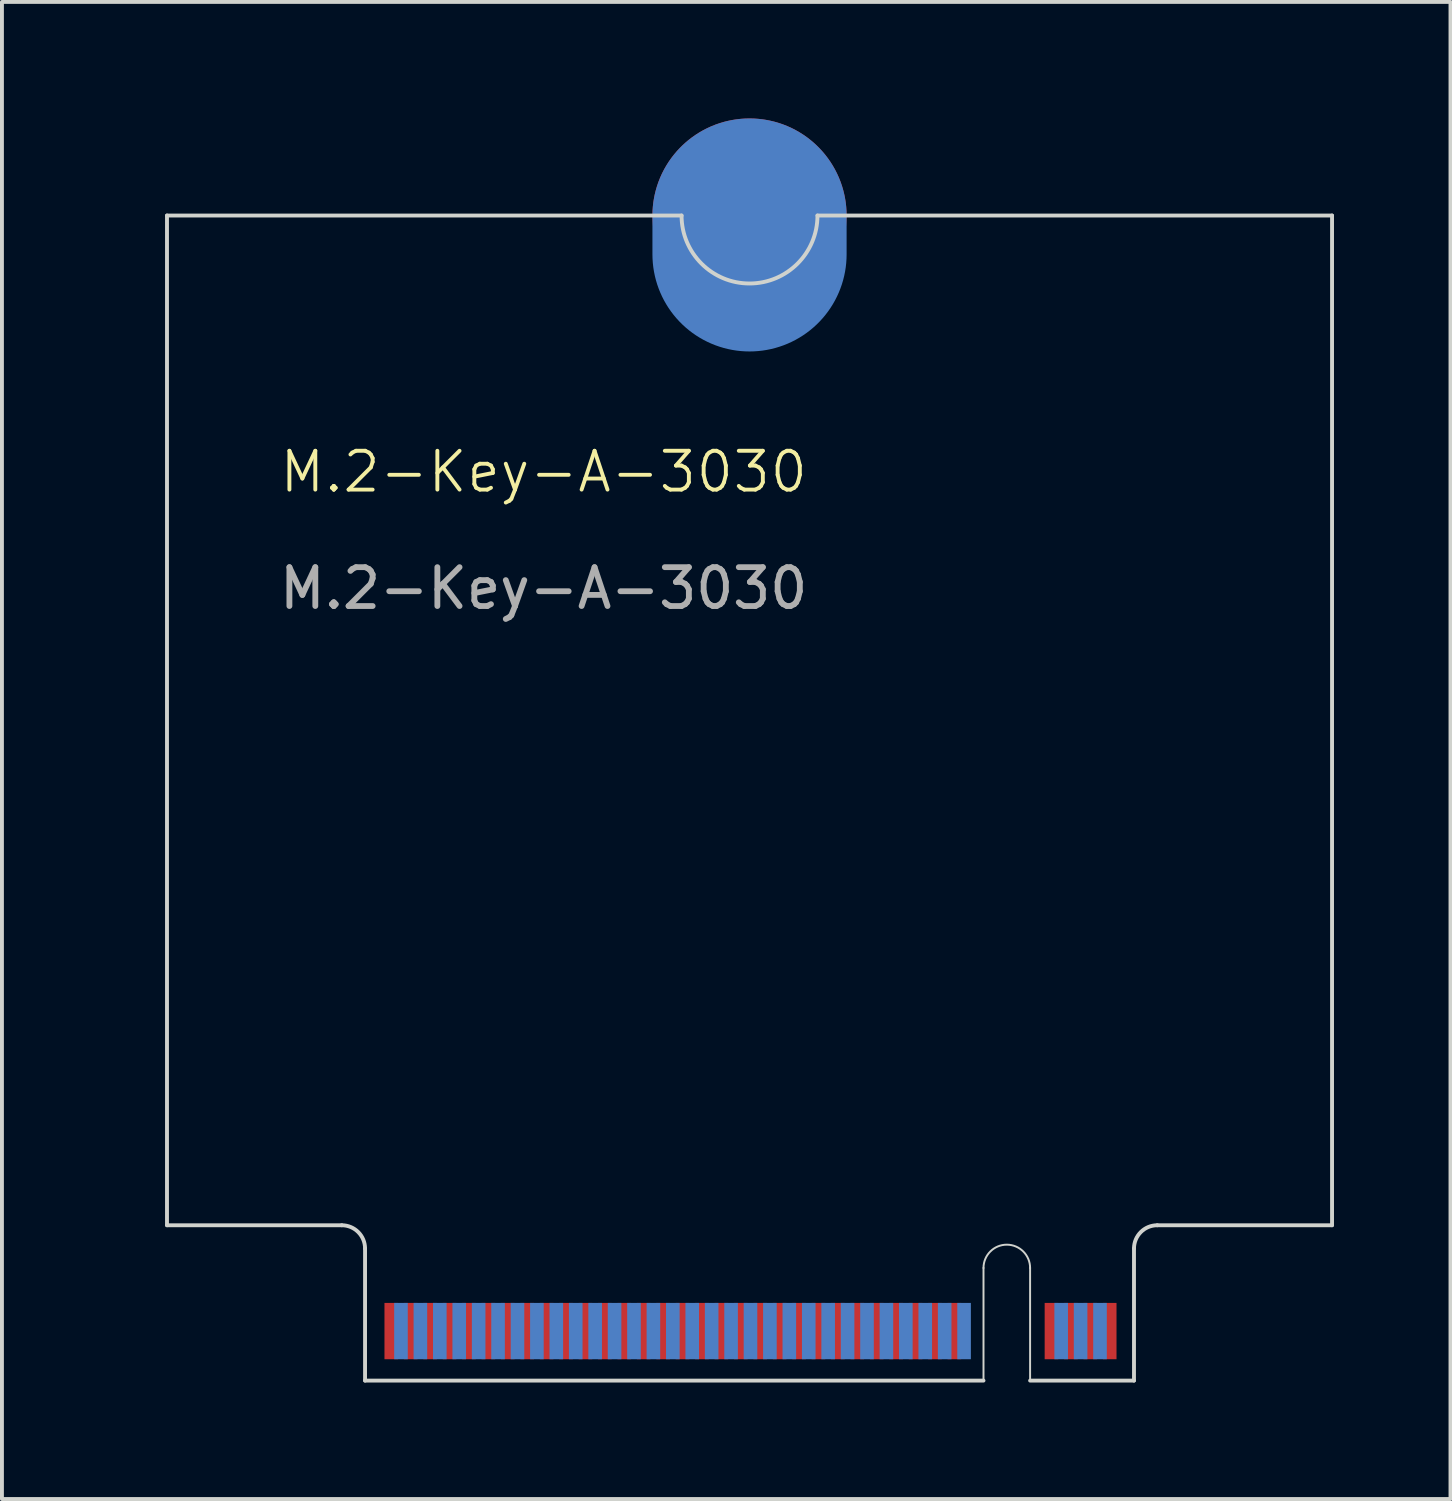
<source format=kicad_pcb>
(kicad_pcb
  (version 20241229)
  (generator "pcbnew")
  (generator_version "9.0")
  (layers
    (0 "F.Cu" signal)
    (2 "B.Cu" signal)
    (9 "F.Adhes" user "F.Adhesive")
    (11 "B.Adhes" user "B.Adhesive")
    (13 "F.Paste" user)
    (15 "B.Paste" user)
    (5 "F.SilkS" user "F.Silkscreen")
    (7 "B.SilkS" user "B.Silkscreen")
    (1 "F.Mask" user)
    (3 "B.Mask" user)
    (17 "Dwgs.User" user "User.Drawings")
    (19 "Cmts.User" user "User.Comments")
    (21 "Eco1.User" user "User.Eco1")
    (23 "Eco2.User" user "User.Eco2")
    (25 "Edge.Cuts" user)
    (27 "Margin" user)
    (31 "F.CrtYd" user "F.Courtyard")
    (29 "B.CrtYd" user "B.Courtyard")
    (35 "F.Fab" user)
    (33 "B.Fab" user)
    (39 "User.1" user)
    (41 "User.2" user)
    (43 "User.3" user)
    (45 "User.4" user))
  (footprint "M.2-Key-A-3030"
    (layer "F.Cu")
    (at 0.25 1.5)
    (property "Reference" "M.2-Key-A-3030" (at 10.7 7.6 0) (unlocked yes) (layer "F.SilkS") (effects (font (size 1 1) (thickness 0.1))))
    (attr exclude_from_pos_files exclude_from_bom allow_missing_courtyard)
    (fp_line (start 1 1) (end 1 27) (stroke (width 0.1) (type default)) (layer "Edge.Cuts"))
    (fp_line (start 1 1) (end 14.25 1) (stroke (width 0.1) (type default)) (layer "Edge.Cuts"))
    (fp_line (start 1 27) (end 5.5 27) (stroke (width 0.1) (type default)) (layer "Edge.Cuts"))
    (fp_line (start 6.1 27.6) (end 6.1 31) (stroke (width 0.1) (type default)) (layer "Edge.Cuts"))
    (fp_line (start 6.1 31) (end 22.025 31) (stroke (width 0.1) (type default)) (layer "Edge.Cuts"))
    (fp_line (start 17.75 1) (end 31 1) (stroke (width 0.1) (type default)) (layer "Edge.Cuts"))
    (fp_line (start 22.025 31) (end 22.025 28.1) (stroke (width 0.05) (type default)) (layer "Edge.Cuts"))
    (fp_line (start 23.225 28.1) (end 23.225 31) (stroke (width 0.05) (type default)) (layer "Edge.Cuts"))
    (fp_line (start 23.225 31) (end 25.9 31) (stroke (width 0.1) (type default)) (layer "Edge.Cuts"))
    (fp_line (start 25.9 27.6) (end 25.9 31) (stroke (width 0.1) (type default)) (layer "Edge.Cuts"))
    (fp_line (start 31 1) (end 31 27) (stroke (width 0.1) (type default)) (layer "Edge.Cuts"))
    (fp_line (start 31 27) (end 26.5 27) (stroke (width 0.1) (type default)) (layer "Edge.Cuts"))
    (fp_arc (start 5.5 27) (mid 5.924264 27.175736) (end 6.1 27.6) (stroke (width 0.1) (type default)) (layer "Edge.Cuts"))
    (fp_arc (start 17.75 1) (mid 16 2.75) (end 14.25 1) (stroke (width 0.1) (type default)) (layer "Edge.Cuts"))
    (fp_arc (start 22.025 28.1) (mid 22.625 27.5) (end 23.225 28.1) (stroke (width 0.05) (type default)) (layer "Edge.Cuts"))
    (fp_arc (start 25.9 27.6) (mid 26.075736 27.175736) (end 26.5 27) (stroke (width 0.1) (type default)) (layer "Edge.Cuts"))
    (fp_text user "${REFERENCE}" (at 10.7 10.6 0) (unlocked yes) (layer "F.Fab") (effects (font (size 1 1) (thickness 0.15))))
    (pad "1" connect rect (at 25.275 29.725) (size 0.35 1.45) (layers "F.Cu" "F.Mask"))
    (pad "2" connect rect (at 25.025 29.725) (size 0.35 1.45) (layers "B.Cu" "B.Mask"))
    (pad "3" connect rect (at 24.775 29.725) (size 0.35 1.45) (layers "F.Cu" "F.Mask"))
    (pad "4" connect rect (at 24.525 29.725) (size 0.35 1.45) (layers "B.Cu" "B.Mask"))
    (pad "5" connect rect (at 24.275 29.725) (size 0.35 1.45) (layers "F.Cu" "F.Mask"))
    (pad "6" connect rect (at 24.025 29.725) (size 0.35 1.45) (layers "B.Cu" "B.Mask"))
    (pad "7" connect rect (at 23.775 29.725) (size 0.35 1.45) (layers "F.Cu" "F.Mask"))
    (pad "16" connect rect (at 21.525 29.725) (size 0.35 1.45) (layers "B.Cu" "B.Mask"))
    (pad "17" connect rect (at 21.275 29.725) (size 0.35 1.45) (layers "F.Cu" "F.Mask"))
    (pad "18" connect rect (at 21.025 29.725) (size 0.35 1.45) (layers "B.Cu" "B.Mask"))
    (pad "19" connect rect (at 20.775 29.725) (size 0.35 1.45) (layers "F.Cu" "F.Mask"))
    (pad "20" connect rect (at 20.525 29.725) (size 0.35 1.45) (layers "B.Cu" "B.Mask"))
    (pad "21" connect rect (at 20.275 29.725) (size 0.35 1.45) (layers "F.Cu" "F.Mask"))
    (pad "22" connect rect (at 20.025 29.725) (size 0.35 1.45) (layers "B.Cu" "B.Mask"))
    (pad "23" connect rect (at 19.775 29.725) (size 0.35 1.45) (layers "F.Cu" "F.Mask"))
    (pad "24" connect rect (at 19.525 29.725) (size 0.35 1.45) (layers "B.Cu" "B.Mask"))
    (pad "25" connect rect (at 19.275 29.725) (size 0.35 1.45) (layers "F.Cu" "F.Mask"))
    (pad "26" connect rect (at 19.025 29.725) (size 0.35 1.45) (layers "B.Cu" "B.Mask"))
    (pad "27" connect rect (at 18.775 29.725) (size 0.35 1.45) (layers "F.Cu" "F.Mask"))
    (pad "28" connect rect (at 18.525 29.725) (size 0.35 1.45) (layers "B.Cu" "B.Mask"))
    (pad "29" connect rect (at 18.275 29.725) (size 0.35 1.45) (layers "F.Cu" "F.Mask"))
    (pad "30" connect rect (at 18.025 29.725) (size 0.35 1.45) (layers "B.Cu" "B.Mask"))
    (pad "31" connect rect (at 17.775 29.725) (size 0.35 1.45) (layers "F.Cu" "F.Mask"))
    (pad "32" connect rect (at 17.525 29.725) (size 0.35 1.45) (layers "B.Cu" "B.Mask"))
    (pad "33" connect rect (at 17.275 29.725) (size 0.35 1.45) (layers "F.Cu" "F.Mask"))
    (pad "34" connect rect (at 17.025 29.725) (size 0.35 1.45) (layers "B.Cu" "B.Mask"))
    (pad "35" connect rect (at 16.775 29.725) (size 0.35 1.45) (layers "F.Cu" "F.Mask"))
    (pad "36" connect rect (at 16.525 29.725) (size 0.35 1.45) (layers "B.Cu" "B.Mask"))
    (pad "37" connect rect (at 16.275 29.725) (size 0.35 1.45) (layers "F.Cu" "F.Mask"))
    (pad "38" connect rect (at 16.025 29.725) (size 0.35 1.45) (layers "B.Cu" "B.Mask"))
    (pad "39" connect rect (at 15.775 29.725) (size 0.35 1.45) (layers "F.Cu" "F.Mask"))
    (pad "40" connect rect (at 15.525 29.725) (size 0.35 1.45) (layers "B.Cu" "B.Mask"))
    (pad "41" connect rect (at 15.275 29.725) (size 0.35 1.45) (layers "F.Cu" "F.Mask"))
    (pad "42" connect rect (at 15.025 29.725) (size 0.35 1.45) (layers "B.Cu" "B.Mask"))
    (pad "43" connect rect (at 14.775 29.725) (size 0.35 1.45) (layers "F.Cu" "F.Mask"))
    (pad "44" connect rect (at 14.525 29.725) (size 0.35 1.45) (layers "B.Cu" "B.Mask"))
    (pad "45" connect rect (at 14.275 29.725) (size 0.35 1.45) (layers "F.Cu" "F.Mask"))
    (pad "46" connect rect (at 14.025 29.725) (size 0.35 1.45) (layers "B.Cu" "B.Mask"))
    (pad "47" connect rect (at 13.775 29.725) (size 0.35 1.45) (layers "F.Cu" "F.Mask"))
    (pad "48" connect rect (at 13.525 29.725) (size 0.35 1.45) (layers "B.Cu" "B.Mask"))
    (pad "49" connect rect (at 13.275 29.725) (size 0.35 1.45) (layers "F.Cu" "F.Mask"))
    (pad "50" connect rect (at 13.025 29.725) (size 0.35 1.45) (layers "B.Cu" "B.Mask"))
    (pad "51" connect rect (at 12.775 29.725) (size 0.35 1.45) (layers "F.Cu" "F.Mask"))
    (pad "52" connect rect (at 12.525 29.725) (size 0.35 1.45) (layers "B.Cu" "B.Mask"))
    (pad "53" connect rect (at 12.275 29.725) (size 0.35 1.45) (layers "F.Cu" "F.Mask"))
    (pad "54" connect rect (at 12.025 29.725) (size 0.35 1.45) (layers "B.Cu" "B.Mask"))
    (pad "55" connect rect (at 11.775 29.725) (size 0.35 1.45) (layers "F.Cu" "F.Mask"))
    (pad "56" connect rect (at 11.525 29.725) (size 0.35 1.45) (layers "B.Cu" "B.Mask"))
    (pad "57" connect rect (at 11.275 29.725) (size 0.35 1.45) (layers "F.Cu" "F.Mask"))
    (pad "58" connect rect (at 11.025 29.725) (size 0.35 1.45) (layers "B.Cu" "B.Mask"))
    (pad "59" connect rect (at 10.775 29.725) (size 0.35 1.45) (layers "F.Cu" "F.Mask"))
    (pad "60" connect rect (at 10.525 29.725) (size 0.35 1.45) (layers "B.Cu" "B.Mask"))
    (pad "61" connect rect (at 10.275 29.725) (size 0.35 1.45) (layers "F.Cu" "F.Mask"))
    (pad "62" connect rect (at 10.025 29.725) (size 0.35 1.45) (layers "B.Cu" "B.Mask"))
    (pad "63" connect rect (at 9.775 29.725) (size 0.35 1.45) (layers "F.Cu" "F.Mask"))
    (pad "64" connect rect (at 9.525 29.725) (size 0.35 1.45) (layers "B.Cu" "B.Mask"))
    (pad "65" connect rect (at 9.275 29.725) (size 0.35 1.45) (layers "F.Cu" "F.Mask"))
    (pad "66" connect rect (at 9.025 29.725) (size 0.35 1.45) (layers "B.Cu" "B.Mask"))
    (pad "67" connect rect (at 8.775 29.725) (size 0.35 1.45) (layers "F.Cu" "F.Mask"))
    (pad "68" connect rect (at 8.525 29.725) (size 0.35 1.45) (layers "B.Cu" "B.Mask"))
    (pad "69" connect rect (at 8.275 29.725) (size 0.35 1.45) (layers "F.Cu" "F.Mask"))
    (pad "70" connect rect (at 8.025 29.725) (size 0.35 1.45) (layers "B.Cu" "B.Mask"))
    (pad "71" connect rect (at 7.775 29.725) (size 0.35 1.45) (layers "F.Cu" "F.Mask"))
    (pad "72" connect rect (at 7.525 29.725) (size 0.35 1.45) (layers "B.Cu" "B.Mask"))
    (pad "73" connect rect (at 7.275 29.725) (size 0.35 1.45) (layers "F.Cu" "F.Mask"))
    (pad "74" connect rect (at 7.025 29.725) (size 0.35 1.45) (layers "B.Cu" "B.Mask"))
    (pad "75" connect rect (at 6.775 29.725) (size 0.35 1.45) (layers "F.Cu" "F.Mask"))
    (pad "76" connect circle (at 16 1) (size 5 5) (layers "F.Cu" "F.Mask"))
    (pad "76" connect oval (at 16 1.5) (size 5 6) (layers "B.Cu" "B.Mask"))
    (zone (net_name "") (layer "F.Cu") (name "TOP COMPONENT KEEPOUT") (hatch edge 0.5) (connect_pads) (min_thickness 0.25) (filled_areas_thickness no) (keepout (tracks allowed) (vias allowed) (pads allowed) (copperpour allowed) (footprints not_allowed)) (placement (enabled no)) (fill) (polygon (pts (xy 6.35 32.5) (xy 6.35 28.5) (xy 26.15 28.5) (xy 26.15 32.5))))
    (zone (net_name "") (layer "B.Cu") (name "BOTTOM COMPONENT KEEPOUT") (hatch edge 0.5) (connect_pads) (min_thickness 0.25) (filled_areas_thickness no) (keepout (tracks allowed) (vias allowed) (pads allowed) (copperpour allowed) (footprints not_allowed)) (placement (enabled no)) (fill) (polygon (pts (xy 6.35 32.5) (xy 26.15 32.5) (xy 26.15 28.5) (xy 27.25 28.5) (xy 27.25 27.3) (xy 5.25 27.3) (xy 5.25 28.5) (xy 6.35 28.5)))))
  (gr_rect
    (start -3 -3)
    (end 34.3 35.55)
    (stroke (width 0.1) (type default))
    (fill no)
    (layer "Edge.Cuts")))
</source>
